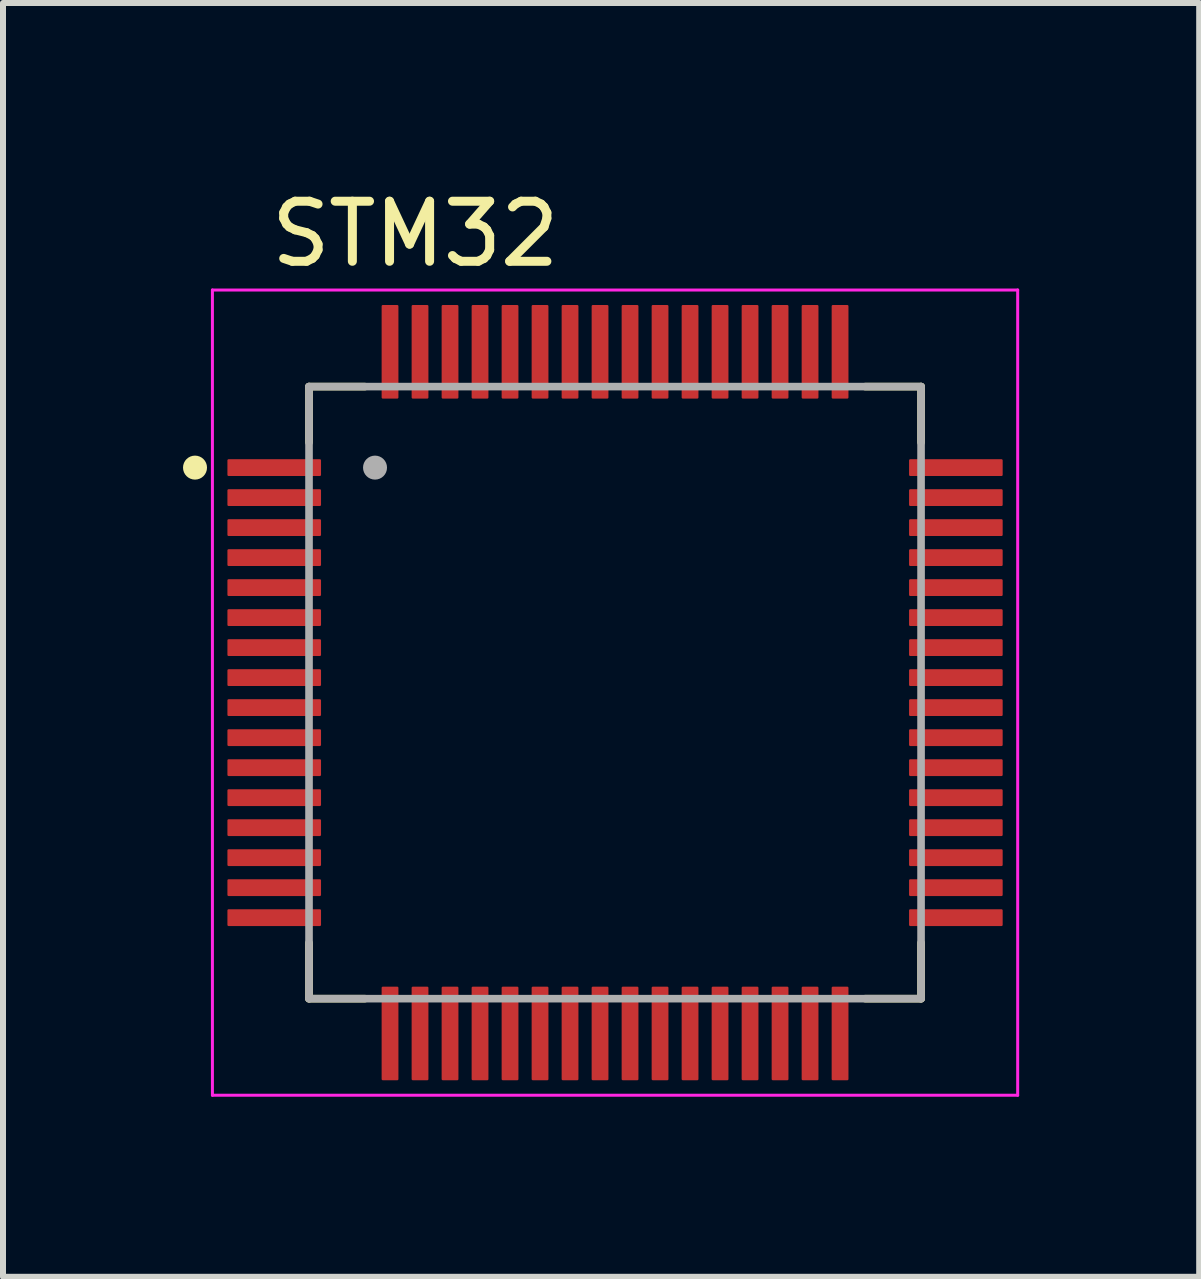
<source format=kicad_pcb>
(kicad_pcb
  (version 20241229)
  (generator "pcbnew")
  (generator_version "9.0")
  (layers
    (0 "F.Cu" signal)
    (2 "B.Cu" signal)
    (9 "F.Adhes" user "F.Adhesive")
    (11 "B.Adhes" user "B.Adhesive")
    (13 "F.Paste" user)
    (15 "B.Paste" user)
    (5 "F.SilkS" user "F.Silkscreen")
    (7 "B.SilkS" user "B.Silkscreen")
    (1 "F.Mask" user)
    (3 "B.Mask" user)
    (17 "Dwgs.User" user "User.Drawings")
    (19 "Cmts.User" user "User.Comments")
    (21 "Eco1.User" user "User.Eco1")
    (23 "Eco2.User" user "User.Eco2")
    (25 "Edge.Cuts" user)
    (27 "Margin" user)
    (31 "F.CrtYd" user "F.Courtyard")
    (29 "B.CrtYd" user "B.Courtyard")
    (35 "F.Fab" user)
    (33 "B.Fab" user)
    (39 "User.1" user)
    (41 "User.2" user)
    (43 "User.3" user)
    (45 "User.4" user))
  (footprint "STM32"
    (layer "F.Cu")
    (at 7.2 8.493)
    (property "Reference" "STM32" (at -3.329 -7.644 0) (layer "F.SilkS") (effects (font (size 1.001 1.001) (thickness 0.15))))
    (attr smd)
    (fp_line (start -5.1 -5.1) (end -5.1 -4.17) (stroke (width 0.127) (type solid)) (layer "F.SilkS"))
    (fp_line (start -5.1 -5.1) (end -4.17 -5.1) (stroke (width 0.127) (type solid)) (layer "F.SilkS"))
    (fp_line (start -5.1 5.1) (end -5.1 4.17) (stroke (width 0.127) (type solid)) (layer "F.SilkS"))
    (fp_line (start -5.1 5.1) (end -4.17 5.1) (stroke (width 0.127) (type solid)) (layer "F.SilkS"))
    (fp_line (start 5.1 -5.1) (end 4.17 -5.1) (stroke (width 0.127) (type solid)) (layer "F.SilkS"))
    (fp_line (start 5.1 -5.1) (end 5.1 -4.17) (stroke (width 0.127) (type solid)) (layer "F.SilkS"))
    (fp_line (start 5.1 5.1) (end 4.17 5.1) (stroke (width 0.127) (type solid)) (layer "F.SilkS"))
    (fp_line (start 5.1 5.1) (end 5.1 4.17) (stroke (width 0.127) (type solid)) (layer "F.SilkS"))
    (fp_circle (center -7 -3.75) (end -6.9 -3.75) (stroke (width 0.2) (type solid)) (fill no) (layer "F.SilkS"))
    (fp_line (start -6.71 -6.71) (end 6.71 -6.71) (stroke (width 0.05) (type solid)) (layer "F.CrtYd"))
    (fp_line (start -6.71 6.71) (end -6.71 -6.71) (stroke (width 0.05) (type solid)) (layer "F.CrtYd"))
    (fp_line (start -6.71 6.71) (end 6.71 6.71) (stroke (width 0.05) (type solid)) (layer "F.CrtYd"))
    (fp_line (start 6.71 6.71) (end 6.71 -6.71) (stroke (width 0.05) (type solid)) (layer "F.CrtYd"))
    (fp_line (start -5.1 -5.1) (end 5.1 -5.1) (stroke (width 0.127) (type solid)) (layer "F.Fab"))
    (fp_line (start -5.1 5.1) (end -5.1 -5.1) (stroke (width 0.127) (type solid)) (layer "F.Fab"))
    (fp_line (start -5.1 5.1) (end 5.1 5.1) (stroke (width 0.127) (type solid)) (layer "F.Fab"))
    (fp_line (start 5.1 5.1) (end 5.1 -5.1) (stroke (width 0.127) (type solid)) (layer "F.Fab"))
    (fp_circle (center -4 -3.75) (end -3.9 -3.75) (stroke (width 0.2) (type solid)) (fill no) (layer "F.Fab"))
    (pad "1" smd roundrect (at -5.68 -3.75 180) (size 1.56 0.28) (layers "F.Cu" "F.Mask" "F.Paste") (roundrect_rratio 0.07))
    (pad "2" smd roundrect (at -5.68 -3.25 180) (size 1.56 0.28) (layers "F.Cu" "F.Mask" "F.Paste") (roundrect_rratio 0.07))
    (pad "3" smd roundrect (at -5.68 -2.75 180) (size 1.56 0.28) (layers "F.Cu" "F.Mask" "F.Paste") (roundrect_rratio 0.07))
    (pad "4" smd roundrect (at -5.68 -2.25 180) (size 1.56 0.28) (layers "F.Cu" "F.Mask" "F.Paste") (roundrect_rratio 0.07))
    (pad "5" smd roundrect (at -5.68 -1.75 180) (size 1.56 0.28) (layers "F.Cu" "F.Mask" "F.Paste") (roundrect_rratio 0.07))
    (pad "6" smd roundrect (at -5.68 -1.25 180) (size 1.56 0.28) (layers "F.Cu" "F.Mask" "F.Paste") (roundrect_rratio 0.07))
    (pad "7" smd roundrect (at -5.68 -0.75 180) (size 1.56 0.28) (layers "F.Cu" "F.Mask" "F.Paste") (roundrect_rratio 0.07))
    (pad "8" smd roundrect (at -5.68 -0.25 180) (size 1.56 0.28) (layers "F.Cu" "F.Mask" "F.Paste") (roundrect_rratio 0.07))
    (pad "9" smd roundrect (at -5.68 0.25 180) (size 1.56 0.28) (layers "F.Cu" "F.Mask" "F.Paste") (roundrect_rratio 0.07))
    (pad "10" smd roundrect (at -5.68 0.75 180) (size 1.56 0.28) (layers "F.Cu" "F.Mask" "F.Paste") (roundrect_rratio 0.07))
    (pad "11" smd roundrect (at -5.68 1.25 180) (size 1.56 0.28) (layers "F.Cu" "F.Mask" "F.Paste") (roundrect_rratio 0.07))
    (pad "12" smd roundrect (at -5.68 1.75 180) (size 1.56 0.28) (layers "F.Cu" "F.Mask" "F.Paste") (roundrect_rratio 0.07))
    (pad "13" smd roundrect (at -5.68 2.25 180) (size 1.56 0.28) (layers "F.Cu" "F.Mask" "F.Paste") (roundrect_rratio 0.07))
    (pad "14" smd roundrect (at -5.68 2.75 180) (size 1.56 0.28) (layers "F.Cu" "F.Mask" "F.Paste") (roundrect_rratio 0.07))
    (pad "15" smd roundrect (at -5.68 3.25 180) (size 1.56 0.28) (layers "F.Cu" "F.Mask" "F.Paste") (roundrect_rratio 0.07))
    (pad "16" smd roundrect (at -5.68 3.75 180) (size 1.56 0.28) (layers "F.Cu" "F.Mask" "F.Paste") (roundrect_rratio 0.07))
    (pad "17" smd roundrect (at -3.75 5.68 270) (size 1.56 0.28) (layers "F.Cu" "F.Mask" "F.Paste") (roundrect_rratio 0.07))
    (pad "18" smd roundrect (at -3.25 5.68 270) (size 1.56 0.28) (layers "F.Cu" "F.Mask" "F.Paste") (roundrect_rratio 0.07))
    (pad "19" smd roundrect (at -2.75 5.68 270) (size 1.56 0.28) (layers "F.Cu" "F.Mask" "F.Paste") (roundrect_rratio 0.07))
    (pad "20" smd roundrect (at -2.25 5.68 270) (size 1.56 0.28) (layers "F.Cu" "F.Mask" "F.Paste") (roundrect_rratio 0.07))
    (pad "21" smd roundrect (at -1.75 5.68 270) (size 1.56 0.28) (layers "F.Cu" "F.Mask" "F.Paste") (roundrect_rratio 0.07))
    (pad "22" smd roundrect (at -1.25 5.68 270) (size 1.56 0.28) (layers "F.Cu" "F.Mask" "F.Paste") (roundrect_rratio 0.07))
    (pad "23" smd roundrect (at -0.75 5.68 270) (size 1.56 0.28) (layers "F.Cu" "F.Mask" "F.Paste") (roundrect_rratio 0.07))
    (pad "24" smd roundrect (at -0.25 5.68 270) (size 1.56 0.28) (layers "F.Cu" "F.Mask" "F.Paste") (roundrect_rratio 0.07))
    (pad "25" smd roundrect (at 0.25 5.68 270) (size 1.56 0.28) (layers "F.Cu" "F.Mask" "F.Paste") (roundrect_rratio 0.07))
    (pad "26" smd roundrect (at 0.75 5.68 270) (size 1.56 0.28) (layers "F.Cu" "F.Mask" "F.Paste") (roundrect_rratio 0.07))
    (pad "27" smd roundrect (at 1.25 5.68 270) (size 1.56 0.28) (layers "F.Cu" "F.Mask" "F.Paste") (roundrect_rratio 0.07))
    (pad "28" smd roundrect (at 1.75 5.68 270) (size 1.56 0.28) (layers "F.Cu" "F.Mask" "F.Paste") (roundrect_rratio 0.07))
    (pad "29" smd roundrect (at 2.25 5.68 270) (size 1.56 0.28) (layers "F.Cu" "F.Mask" "F.Paste") (roundrect_rratio 0.07))
    (pad "30" smd roundrect (at 2.75 5.68 270) (size 1.56 0.28) (layers "F.Cu" "F.Mask" "F.Paste") (roundrect_rratio 0.07))
    (pad "31" smd roundrect (at 3.25 5.68 270) (size 1.56 0.28) (layers "F.Cu" "F.Mask" "F.Paste") (roundrect_rratio 0.07))
    (pad "32" smd roundrect (at 3.75 5.68 270) (size 1.56 0.28) (layers "F.Cu" "F.Mask" "F.Paste") (roundrect_rratio 0.07))
    (pad "33" smd roundrect (at 5.68 3.75) (size 1.56 0.28) (layers "F.Cu" "F.Mask" "F.Paste") (roundrect_rratio 0.07))
    (pad "34" smd roundrect (at 5.68 3.25) (size 1.56 0.28) (layers "F.Cu" "F.Mask" "F.Paste") (roundrect_rratio 0.07))
    (pad "35" smd roundrect (at 5.68 2.75) (size 1.56 0.28) (layers "F.Cu" "F.Mask" "F.Paste") (roundrect_rratio 0.07))
    (pad "36" smd roundrect (at 5.68 2.25) (size 1.56 0.28) (layers "F.Cu" "F.Mask" "F.Paste") (roundrect_rratio 0.07))
    (pad "37" smd roundrect (at 5.68 1.75) (size 1.56 0.28) (layers "F.Cu" "F.Mask" "F.Paste") (roundrect_rratio 0.07))
    (pad "38" smd roundrect (at 5.68 1.25) (size 1.56 0.28) (layers "F.Cu" "F.Mask" "F.Paste") (roundrect_rratio 0.07))
    (pad "39" smd roundrect (at 5.68 0.75) (size 1.56 0.28) (layers "F.Cu" "F.Mask" "F.Paste") (roundrect_rratio 0.07))
    (pad "40" smd roundrect (at 5.68 0.25) (size 1.56 0.28) (layers "F.Cu" "F.Mask" "F.Paste") (roundrect_rratio 0.07))
    (pad "41" smd roundrect (at 5.68 -0.25) (size 1.56 0.28) (layers "F.Cu" "F.Mask" "F.Paste") (roundrect_rratio 0.07))
    (pad "42" smd roundrect (at 5.68 -0.75) (size 1.56 0.28) (layers "F.Cu" "F.Mask" "F.Paste") (roundrect_rratio 0.07))
    (pad "43" smd roundrect (at 5.68 -1.25) (size 1.56 0.28) (layers "F.Cu" "F.Mask" "F.Paste") (roundrect_rratio 0.07))
    (pad "44" smd roundrect (at 5.68 -1.75) (size 1.56 0.28) (layers "F.Cu" "F.Mask" "F.Paste") (roundrect_rratio 0.07))
    (pad "45" smd roundrect (at 5.68 -2.25) (size 1.56 0.28) (layers "F.Cu" "F.Mask" "F.Paste") (roundrect_rratio 0.07))
    (pad "46" smd roundrect (at 5.68 -2.75) (size 1.56 0.28) (layers "F.Cu" "F.Mask" "F.Paste") (roundrect_rratio 0.07))
    (pad "47" smd roundrect (at 5.68 -3.25) (size 1.56 0.28) (layers "F.Cu" "F.Mask" "F.Paste") (roundrect_rratio 0.07))
    (pad "48" smd roundrect (at 5.68 -3.75) (size 1.56 0.28) (layers "F.Cu" "F.Mask" "F.Paste") (roundrect_rratio 0.07))
    (pad "49" smd roundrect (at 3.75 -5.68 90) (size 1.56 0.28) (layers "F.Cu" "F.Mask" "F.Paste") (roundrect_rratio 0.07))
    (pad "50" smd roundrect (at 3.25 -5.68 90) (size 1.56 0.28) (layers "F.Cu" "F.Mask" "F.Paste") (roundrect_rratio 0.07))
    (pad "51" smd roundrect (at 2.75 -5.68 90) (size 1.56 0.28) (layers "F.Cu" "F.Mask" "F.Paste") (roundrect_rratio 0.07))
    (pad "52" smd roundrect (at 2.25 -5.68 90) (size 1.56 0.28) (layers "F.Cu" "F.Mask" "F.Paste") (roundrect_rratio 0.07))
    (pad "53" smd roundrect (at 1.75 -5.68 90) (size 1.56 0.28) (layers "F.Cu" "F.Mask" "F.Paste") (roundrect_rratio 0.07))
    (pad "54" smd roundrect (at 1.25 -5.68 90) (size 1.56 0.28) (layers "F.Cu" "F.Mask" "F.Paste") (roundrect_rratio 0.07))
    (pad "55" smd roundrect (at 0.75 -5.68 90) (size 1.56 0.28) (layers "F.Cu" "F.Mask" "F.Paste") (roundrect_rratio 0.07))
    (pad "56" smd roundrect (at 0.25 -5.68 90) (size 1.56 0.28) (layers "F.Cu" "F.Mask" "F.Paste") (roundrect_rratio 0.07))
    (pad "57" smd roundrect (at -0.25 -5.68 90) (size 1.56 0.28) (layers "F.Cu" "F.Mask" "F.Paste") (roundrect_rratio 0.07))
    (pad "58" smd roundrect (at -0.75 -5.68 90) (size 1.56 0.28) (layers "F.Cu" "F.Mask" "F.Paste") (roundrect_rratio 0.07))
    (pad "59" smd roundrect (at -1.25 -5.68 90) (size 1.56 0.28) (layers "F.Cu" "F.Mask" "F.Paste") (roundrect_rratio 0.07))
    (pad "60" smd roundrect (at -1.75 -5.68 90) (size 1.56 0.28) (layers "F.Cu" "F.Mask" "F.Paste") (roundrect_rratio 0.07))
    (pad "61" smd roundrect (at -2.25 -5.68 90) (size 1.56 0.28) (layers "F.Cu" "F.Mask" "F.Paste") (roundrect_rratio 0.07))
    (pad "62" smd roundrect (at -2.75 -5.68 90) (size 1.56 0.28) (layers "F.Cu" "F.Mask" "F.Paste") (roundrect_rratio 0.07))
    (pad "63" smd roundrect (at -3.25 -5.68 90) (size 1.56 0.28) (layers "F.Cu" "F.Mask" "F.Paste") (roundrect_rratio 0.07))
    (pad "64" smd roundrect (at -3.75 -5.68 90) (size 1.56 0.28) (layers "F.Cu" "F.Mask" "F.Paste") (roundrect_rratio 0.07)))
  (gr_rect
    (start -3 -3)
    (end 16.935 18.228)
    (stroke (width 0.1) (type default))
    (fill no)
    (layer "Edge.Cuts")))
</source>
